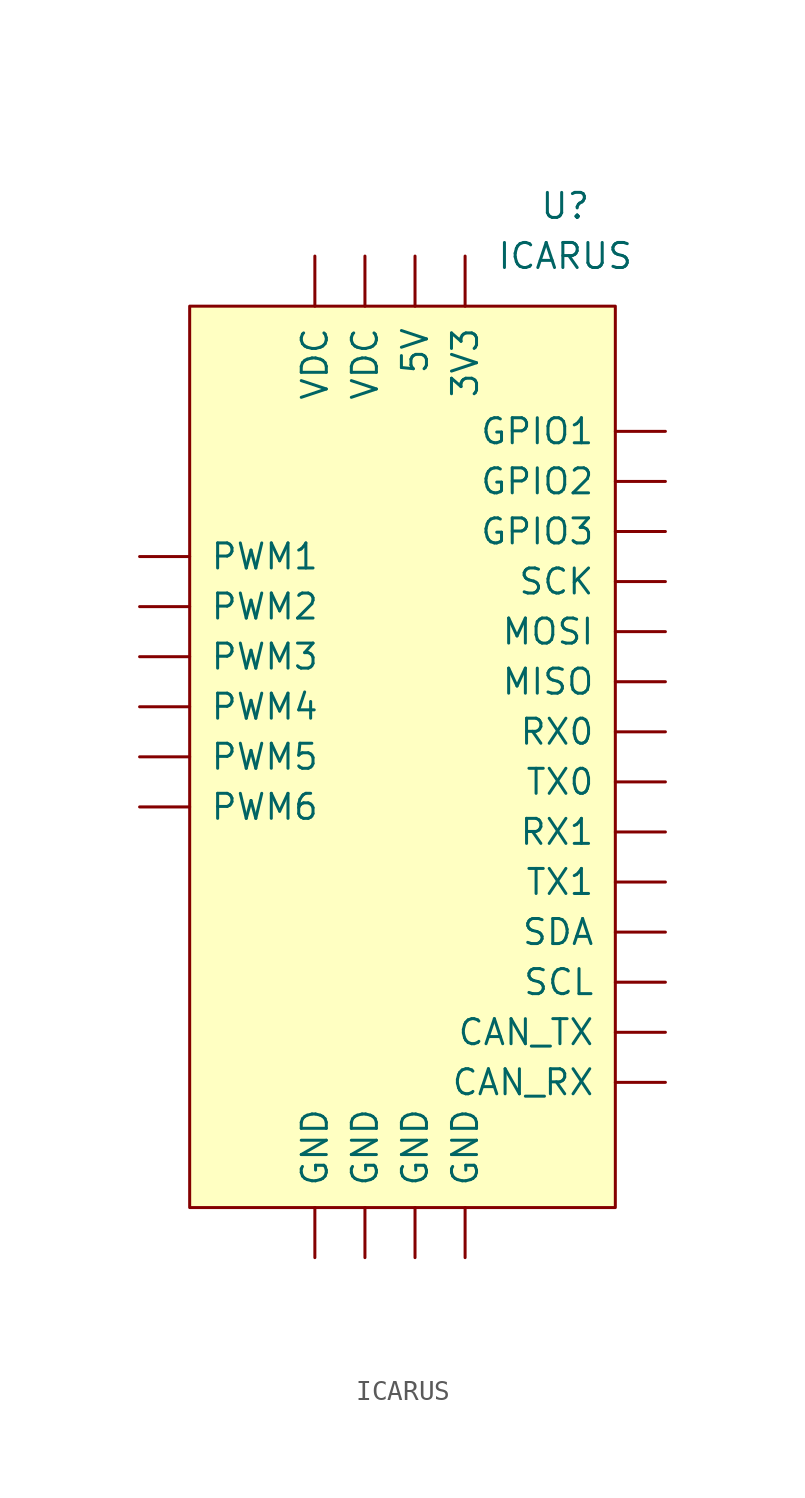
<source format=kicad_sym>
(kicad_symbol_lib
  (version 20211014)
  (generator kicad_symbol_editor)
  (symbol "ICARUS"
    (pin_numbers hide)
    (pin_names
      (offset 1.016))
    (property "Reference" "U"
      (at 11.43 5.08 0)
      (effects (font (size 1.27 1.27))))
    (property "Value" "ICARUS"
      (at 11.43 2.54 0)
      (effects (font (size 1.27 1.27))))
    (symbol "ICARUS_0_1"
      (rectangle (start -7.62 0) (end 13.97 -45.72) (stroke (width 0) (type default) (color 0 0 0 0)) (fill (type background))))
    (symbol "ICARUS_1_1"
      (pin power_out line (at -1.27 -48.26 90) (length 2.54) (name "GND" (effects (font (size 1.27 1.27)))) (number "1" (effects (font (size 1.27 1.27)))))
      (pin output line (at -10.16 -15.24 0) (length 2.54) (name "PWM2" (effects (font (size 1.27 1.27)))) (number "10" (effects (font (size 1.27 1.27)))))
      (pin output line (at -10.16 -17.78 0) (length 2.54) (name "PWM3" (effects (font (size 1.27 1.27)))) (number "11" (effects (font (size 1.27 1.27)))))
      (pin output line (at -10.16 -20.32 0) (length 2.54) (name "PWM4" (effects (font (size 1.27 1.27)))) (number "12" (effects (font (size 1.27 1.27)))))
      (pin output line (at -10.16 -22.86 0) (length 2.54) (name "PWM5" (effects (font (size 1.27 1.27)))) (number "13" (effects (font (size 1.27 1.27)))))
      (pin output line (at -10.16 -25.4 0) (length 2.54) (name "PWM6" (effects (font (size 1.27 1.27)))) (number "14" (effects (font (size 1.27 1.27)))))
      (pin bidirectional line (at 16.51 -6.35 180) (length 2.54) (name "GPIO1" (effects (font (size 1.27 1.27)))) (number "15" (effects (font (size 1.27 1.27)))))
      (pin bidirectional line (at 16.51 -8.89 180) (length 2.54) (name "GPIO2" (effects (font (size 1.27 1.27)))) (number "16" (effects (font (size 1.27 1.27)))))
      (pin bidirectional line (at 16.51 -11.43 180) (length 2.54) (name "GPIO3" (effects (font (size 1.27 1.27)))) (number "17" (effects (font (size 1.27 1.27)))))
      (pin output line (at 16.51 -13.97 180) (length 2.54) (name "SCK" (effects (font (size 1.27 1.27)))) (number "18" (effects (font (size 1.27 1.27)))))
      (pin input line (at 16.51 -39.37 180) (length 2.54) (name "CAN_RX" (effects (font (size 1.27 1.27)))) (number "19" (effects (font (size 1.27 1.27)))))
      (pin power_out line (at -1.27 2.54 270) (length 2.54) (name "VDC" (effects (font (size 1.27 1.27)))) (number "2" (effects (font (size 1.27 1.27)))))
      (pin output line (at 16.51 -16.51 180) (length 2.54) (name "MOSI" (effects (font (size 1.27 1.27)))) (number "20" (effects (font (size 1.27 1.27)))))
      (pin output line (at 16.51 -36.83 180) (length 2.54) (name "CAN_TX" (effects (font (size 1.27 1.27)))) (number "21" (effects (font (size 1.27 1.27)))))
      (pin input line (at 16.51 -19.05 180) (length 2.54) (name "MISO" (effects (font (size 1.27 1.27)))) (number "22" (effects (font (size 1.27 1.27)))))
      (pin input line (at 16.51 -21.59 180) (length 2.54) (name "RX0" (effects (font (size 1.27 1.27)))) (number "23" (effects (font (size 1.27 1.27)))))
      (pin output line (at 16.51 -24.13 180) (length 2.54) (name "TX0" (effects (font (size 1.27 1.27)))) (number "24" (effects (font (size 1.27 1.27)))))
      (pin input line (at 16.51 -26.67 180) (length 2.54) (name "RX1" (effects (font (size 1.27 1.27)))) (number "25" (effects (font (size 1.27 1.27)))))
      (pin output line (at 16.51 -29.21 180) (length 2.54) (name "TX1" (effects (font (size 1.27 1.27)))) (number "26" (effects (font (size 1.27 1.27)))))
      (pin output line (at 16.51 -34.29 180) (length 2.54) (name "SCL" (effects (font (size 1.27 1.27)))) (number "27" (effects (font (size 1.27 1.27)))))
      (pin bidirectional line (at 16.51 -31.75 180) (length 2.54) (name "SDA" (effects (font (size 1.27 1.27)))) (number "28" (effects (font (size 1.27 1.27)))))
      (pin power_out line (at 1.27 -48.26 90) (length 2.54) (name "GND" (effects (font (size 1.27 1.27)))) (number "3" (effects (font (size 1.27 1.27)))))
      (pin power_out line (at 1.27 2.54 270) (length 2.54) (name "VDC" (effects (font (size 1.27 1.27)))) (number "4" (effects (font (size 1.27 1.27)))))
      (pin power_out line (at 3.81 -48.26 90) (length 2.54) (name "GND" (effects (font (size 1.27 1.27)))) (number "5" (effects (font (size 1.27 1.27)))))
      (pin power_out line (at 3.81 2.54 270) (length 2.54) (name "5V" (effects (font (size 1.27 1.27)))) (number "6" (effects (font (size 1.27 1.27)))))
      (pin power_out line (at 6.35 -48.26 90) (length 2.54) (name "GND" (effects (font (size 1.27 1.27)))) (number "7" (effects (font (size 1.27 1.27)))))
      (pin power_out line (at 6.35 2.54 270) (length 2.54) (name "3V3" (effects (font (size 1.27 1.27)))) (number "8" (effects (font (size 1.27 1.27)))))
      (pin output line (at -10.16 -12.7 0) (length 2.54) (name "PWM1" (effects (font (size 1.27 1.27)))) (number "9" (effects (font (size 1.27 1.27))))))))
</source>
